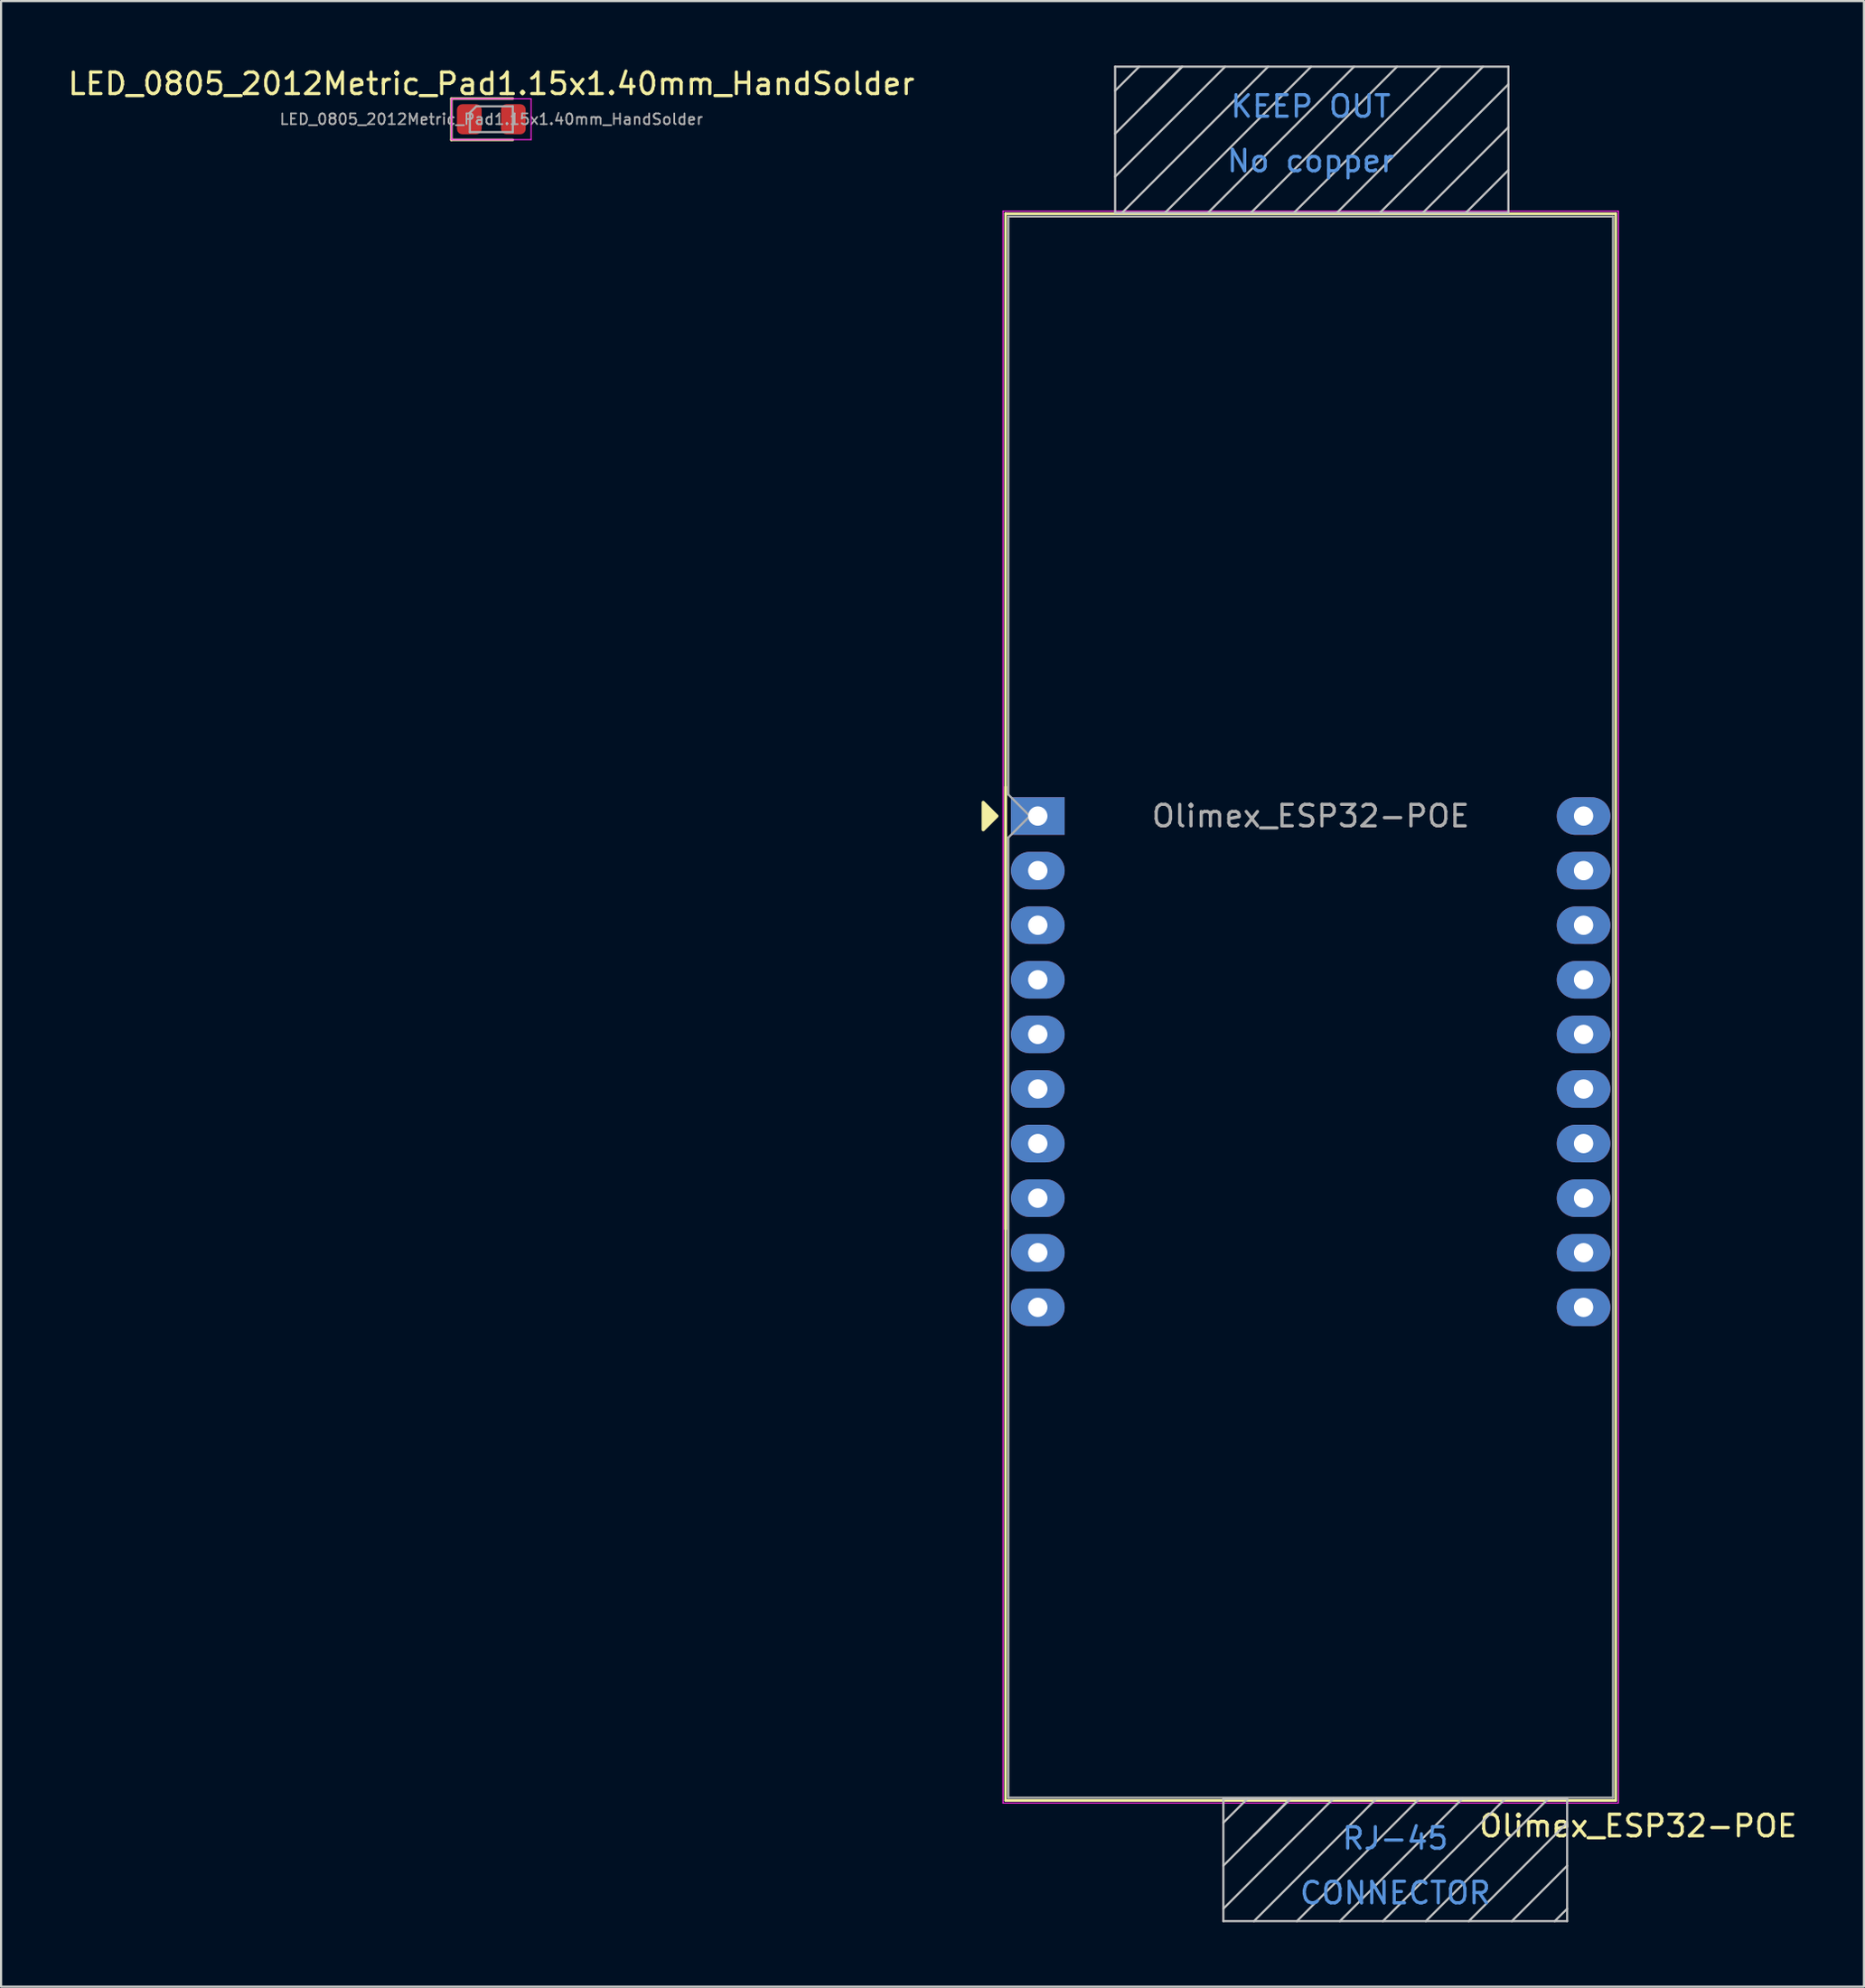
<source format=kicad_pcb>
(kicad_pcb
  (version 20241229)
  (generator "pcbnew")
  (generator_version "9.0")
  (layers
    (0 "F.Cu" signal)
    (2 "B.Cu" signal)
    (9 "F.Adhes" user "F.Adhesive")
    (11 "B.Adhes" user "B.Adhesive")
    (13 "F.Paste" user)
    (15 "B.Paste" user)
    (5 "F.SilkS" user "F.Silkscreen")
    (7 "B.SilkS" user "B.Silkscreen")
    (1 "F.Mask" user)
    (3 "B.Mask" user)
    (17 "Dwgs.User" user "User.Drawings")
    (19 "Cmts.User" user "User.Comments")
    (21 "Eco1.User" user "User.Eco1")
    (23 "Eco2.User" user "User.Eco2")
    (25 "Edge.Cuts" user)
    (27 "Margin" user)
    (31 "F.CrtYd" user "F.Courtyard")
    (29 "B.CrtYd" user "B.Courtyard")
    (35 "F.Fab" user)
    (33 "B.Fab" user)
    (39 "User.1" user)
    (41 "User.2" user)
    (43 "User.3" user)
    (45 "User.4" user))
  (footprint "LED_0805_2012Metric_Pad1.15x1.40mm_HandSolder"
    (layer "F.Cu")
    (at 19.815 2.498)
    (property "Reference" "LED_0805_2012Metric_Pad1.15x1.40mm_HandSolder" (at 0 -1.65 0) (layer "F.SilkS") (effects (font (size 1 1) (thickness 0.15))))
    (attr smd)
    (fp_line (start -1.86 -0.96) (end -1.86 0.96) (stroke (width 0.12) (type solid)) (layer "F.SilkS"))
    (fp_line (start -1.86 0.96) (end 1 0.96) (stroke (width 0.12) (type solid)) (layer "F.SilkS"))
    (fp_line (start 1 -0.96) (end -1.86 -0.96) (stroke (width 0.12) (type solid)) (layer "F.SilkS"))
    (fp_line (start -1.85 -0.95) (end 1.85 -0.95) (stroke (width 0.05) (type solid)) (layer "F.CrtYd"))
    (fp_line (start -1.85 0.95) (end -1.85 -0.95) (stroke (width 0.05) (type solid)) (layer "F.CrtYd"))
    (fp_line (start 1.85 -0.95) (end 1.85 0.95) (stroke (width 0.05) (type solid)) (layer "F.CrtYd"))
    (fp_line (start 1.85 0.95) (end -1.85 0.95) (stroke (width 0.05) (type solid)) (layer "F.CrtYd"))
    (fp_line (start -1 -0.3) (end -1 0.6) (stroke (width 0.1) (type solid)) (layer "F.Fab"))
    (fp_line (start -1 0.6) (end 1 0.6) (stroke (width 0.1) (type solid)) (layer "F.Fab"))
    (fp_line (start -0.7 -0.6) (end -1 -0.3) (stroke (width 0.1) (type solid)) (layer "F.Fab"))
    (fp_line (start 1 -0.6) (end -0.7 -0.6) (stroke (width 0.1) (type solid)) (layer "F.Fab"))
    (fp_line (start 1 0.6) (end 1 -0.6) (stroke (width 0.1) (type solid)) (layer "F.Fab"))
    (fp_text user "${REFERENCE}" (at 0 0 0) (layer "F.Fab") (effects (font (size 0.5 0.5) (thickness 0.08))))
    (pad "1" smd roundrect (at -1.025 0) (size 1.15 1.4) (layers "F.Cu" "F.Mask" "F.Paste") (roundrect_rratio 0.217))
    (pad "2" smd roundrect (at 1.025 0) (size 1.15 1.4) (layers "F.Cu" "F.Mask" "F.Paste") (roundrect_rratio 0.217)))
  (footprint "Olimex_ESP32-POE"
    (layer "F.Cu")
    (at 45.246 34.92)
    (property "Reference" "Olimex_ESP32-POE" (at 27.94 46.99 0) (layer "F.SilkS") (effects (font (size 1 1) (thickness 0.15))))
    (attr through_hole)
    (fp_line (start -1.5 19.22) (end -1.5 -28.025) (stroke (width 0.12) (type solid)) (layer "F.SilkS"))
    (fp_line (start -1.5 45.805) (end -1.5 -1.355) (stroke (width 0.12) (type solid)) (layer "F.SilkS"))
    (fp_line (start -1.5 45.805) (end 26.9 45.805) (stroke (width 0.12) (type solid)) (layer "F.SilkS"))
    (fp_line (start 26.9 -28.025) (end -1.5 -28.025) (stroke (width 0.12) (type solid)) (layer "F.SilkS"))
    (fp_line (start 26.9 45.805) (end 26.9 -28.025) (stroke (width 0.12) (type solid)) (layer "F.SilkS"))
    (fp_poly (pts (xy -2.54 -0.635) (xy -2.54 0.635) (xy -1.905 0)) (stroke (width 0.15) (type solid)) (fill yes) (layer "F.SilkS"))
    (fp_line (start 3.599 -34.87) (end 3.599 -28.07) (stroke (width 0.1) (type solid)) (layer "Dwgs.User"))
    (fp_line (start 3.599 -33.749) (end 4.72 -34.87) (stroke (width 0.1) (type solid)) (layer "Dwgs.User"))
    (fp_line (start 3.599 -31.75) (end 6.72 -34.87) (stroke (width 0.1) (type solid)) (layer "Dwgs.User"))
    (fp_line (start 3.599 -29.751) (end 8.72 -34.87) (stroke (width 0.1) (type solid)) (layer "Dwgs.User"))
    (fp_line (start 3.599 -28.07) (end 21.9 -28.07) (stroke (width 0.1) (type solid)) (layer "Dwgs.User"))
    (fp_line (start 3.92 -28.07) (end 10.72 -34.87) (stroke (width 0.1) (type solid)) (layer "Dwgs.User"))
    (fp_line (start 5.004 -33.147) (end 6.72 -34.87) (stroke (width 0.1) (type solid)) (layer "Dwgs.User"))
    (fp_line (start 5.92 -28.07) (end 12.72 -34.87) (stroke (width 0.1) (type solid)) (layer "Dwgs.User"))
    (fp_line (start 7.92 -28.07) (end 14.72 -34.87) (stroke (width 0.1) (type solid)) (layer "Dwgs.User"))
    (fp_line (start 8.636 45.72) (end 8.636 51.42) (stroke (width 0.1) (type solid)) (layer "Dwgs.User"))
    (fp_line (start 8.636 46.841) (end 9.757 45.72) (stroke (width 0.1) (type solid)) (layer "Dwgs.User"))
    (fp_line (start 8.636 48.84) (end 11.757 45.72) (stroke (width 0.1) (type solid)) (layer "Dwgs.User"))
    (fp_line (start 8.636 50.839) (end 13.757 45.72) (stroke (width 0.1) (type solid)) (layer "Dwgs.User"))
    (fp_line (start 8.636 51.42) (end 24.635 51.42) (stroke (width 0.1) (type solid)) (layer "Dwgs.User"))
    (fp_line (start 9.92 -28.07) (end 16.72 -34.87) (stroke (width 0.1) (type solid)) (layer "Dwgs.User"))
    (fp_line (start 10.041 47.443) (end 11.757 45.72) (stroke (width 0.1) (type solid)) (layer "Dwgs.User"))
    (fp_line (start 10.058 51.42) (end 15.757 45.72) (stroke (width 0.1) (type solid)) (layer "Dwgs.User"))
    (fp_line (start 11.92 -28.07) (end 18.72 -34.87) (stroke (width 0.1) (type solid)) (layer "Dwgs.User"))
    (fp_line (start 12.057 51.42) (end 17.757 45.72) (stroke (width 0.1) (type solid)) (layer "Dwgs.User"))
    (fp_line (start 13.92 -28.07) (end 20.72 -34.87) (stroke (width 0.1) (type solid)) (layer "Dwgs.User"))
    (fp_line (start 14.056 51.42) (end 19.757 45.72) (stroke (width 0.1) (type solid)) (layer "Dwgs.User"))
    (fp_line (start 15.92 -28.07) (end 21.9 -34.049) (stroke (width 0.1) (type solid)) (layer "Dwgs.User"))
    (fp_line (start 16.058 51.42) (end 21.757 45.72) (stroke (width 0.1) (type solid)) (layer "Dwgs.User"))
    (fp_line (start 17.92 -28.07) (end 21.9 -32.05) (stroke (width 0.1) (type solid)) (layer "Dwgs.User"))
    (fp_line (start 18.057 51.42) (end 23.757 45.72) (stroke (width 0.1) (type solid)) (layer "Dwgs.User"))
    (fp_line (start 19.92 -28.07) (end 21.897 -30.051) (stroke (width 0.1) (type solid)) (layer "Dwgs.User"))
    (fp_line (start 20.056 51.42) (end 24.635 46.84) (stroke (width 0.1) (type solid)) (layer "Dwgs.User"))
    (fp_line (start 21.9 -34.87) (end 3.599 -34.87) (stroke (width 0.1) (type solid)) (layer "Dwgs.User"))
    (fp_line (start 21.9 -34.87) (end 21.9 -28.07) (stroke (width 0.1) (type solid)) (layer "Dwgs.User"))
    (fp_line (start 22.06 51.42) (end 24.635 48.842) (stroke (width 0.1) (type solid)) (layer "Dwgs.User"))
    (fp_line (start 24.056 51.42) (end 24.635 50.843) (stroke (width 0.1) (type solid)) (layer "Dwgs.User"))
    (fp_line (start 24.635 45.72) (end 8.636 45.72) (stroke (width 0.1) (type solid)) (layer "Dwgs.User"))
    (fp_line (start 24.635 45.72) (end 24.635 51.42) (stroke (width 0.1) (type solid)) (layer "Dwgs.User"))
    (fp_line (start -1.62 -28.145) (end 27.02 -28.145) (stroke (width 0.05) (type solid)) (layer "F.CrtYd"))
    (fp_line (start -1.62 45.925) (end -1.62 -28.145) (stroke (width 0.05) (type solid)) (layer "F.CrtYd"))
    (fp_line (start 27.02 -28.145) (end 27.02 45.925) (stroke (width 0.05) (type solid)) (layer "F.CrtYd"))
    (fp_line (start 27.02 45.925) (end -1.62 45.925) (stroke (width 0.05) (type solid)) (layer "F.CrtYd"))
    (fp_line (start -1.37 -27.895) (end -1.37 -1) (stroke (width 0.1) (type solid)) (layer "F.Fab"))
    (fp_line (start -1.37 1) (end -1.37 45.675) (stroke (width 0.1) (type solid)) (layer "F.Fab"))
    (fp_line (start -1.37 1) (end -0.37 0) (stroke (width 0.1) (type solid)) (layer "F.Fab"))
    (fp_line (start -1.37 45.675) (end 26.77 45.675) (stroke (width 0.1) (type solid)) (layer "F.Fab"))
    (fp_line (start -0.37 0) (end -1.37 -1) (stroke (width 0.1) (type solid)) (layer "F.Fab"))
    (fp_line (start 26.77 -27.895) (end -1.37 -27.895) (stroke (width 0.1) (type solid)) (layer "F.Fab"))
    (fp_line (start 26.77 45.675) (end 26.77 -27.895) (stroke (width 0.1) (type solid)) (layer "F.Fab"))
    (fp_text user "KEEP OUT" (at 12.7 -33.02 0) (layer "Cmts.User") (effects (font (size 1 1) (thickness 0.15))))
    (fp_text user "RJ-45" (at 16.637 47.57 0) (layer "Cmts.User") (effects (font (size 1 1) (thickness 0.15))))
    (fp_text user "No copper" (at 12.7 -30.48 0) (layer "Cmts.User") (effects (font (size 1 1) (thickness 0.15))))
    (fp_text user "CONNECTOR" (at 16.637 50.11 0) (layer "Cmts.User") (effects (font (size 1 1) (thickness 0.15))))
    (fp_text user "${REFERENCE}" (at 12.7 0 0) (layer "F.Fab") (effects (font (size 1 1) (thickness 0.15))))
    (pad "1" thru_hole rect (at 0 0) (size 2.5 1.75) (drill 0.9) (layers "*.Cu" "*.Mask"))
    (pad "2" thru_hole oval (at 0 2.54) (size 2.5 1.75) (drill 0.9) (layers "*.Cu" "*.Mask"))
    (pad "3" thru_hole oval (at 0 5.08) (size 2.5 1.75) (drill 0.9) (layers "*.Cu" "*.Mask"))
    (pad "4" thru_hole oval (at 0 7.62) (size 2.5 1.75) (drill 0.9) (layers "*.Cu" "*.Mask"))
    (pad "5" thru_hole oval (at 0 10.16) (size 2.5 1.75) (drill 0.9) (layers "*.Cu" "*.Mask"))
    (pad "6" thru_hole oval (at 0 12.7) (size 2.5 1.75) (drill 0.9) (layers "*.Cu" "*.Mask"))
    (pad "7" thru_hole oval (at 0 15.24) (size 2.5 1.75) (drill 0.9) (layers "*.Cu" "*.Mask"))
    (pad "8" thru_hole oval (at 0 17.78) (size 2.5 1.75) (drill 0.9) (layers "*.Cu" "*.Mask"))
    (pad "9" thru_hole oval (at 0 20.32) (size 2.5 1.75) (drill 0.9) (layers "*.Cu" "*.Mask"))
    (pad "10" thru_hole oval (at 0 22.86) (size 2.5 1.75) (drill 0.9) (layers "*.Cu" "*.Mask"))
    (pad "11" thru_hole oval (at 25.4 22.86) (size 2.5 1.75) (drill 0.9) (layers "*.Cu" "*.Mask"))
    (pad "12" thru_hole oval (at 25.4 20.32) (size 2.5 1.75) (drill 0.9) (layers "*.Cu" "*.Mask"))
    (pad "13" thru_hole oval (at 25.4 17.78) (size 2.5 1.75) (drill 0.9) (layers "*.Cu" "*.Mask"))
    (pad "14" thru_hole oval (at 25.4 15.24) (size 2.5 1.75) (drill 0.9) (layers "*.Cu" "*.Mask"))
    (pad "15" thru_hole oval (at 25.4 12.7) (size 2.5 1.75) (drill 0.9) (layers "*.Cu" "*.Mask"))
    (pad "16" thru_hole oval (at 25.4 10.16) (size 2.5 1.75) (drill 0.9) (layers "*.Cu" "*.Mask"))
    (pad "17" thru_hole oval (at 25.4 7.62) (size 2.5 1.75) (drill 0.9) (layers "*.Cu" "*.Mask"))
    (pad "18" thru_hole oval (at 25.4 5.08) (size 2.5 1.75) (drill 0.9) (layers "*.Cu" "*.Mask"))
    (pad "19" thru_hole oval (at 25.4 2.54) (size 2.5 1.75) (drill 0.9) (layers "*.Cu" "*.Mask"))
    (pad "20" thru_hole oval (at 25.4 0) (size 2.5 1.75) (drill 0.9) (layers "*.Cu" "*.Mask")))
  (gr_rect
    (start -3 -3)
    (end 83.692 89.39)
    (stroke (width 0.1) (type default))
    (fill no)
    (layer "Edge.Cuts")))
</source>
